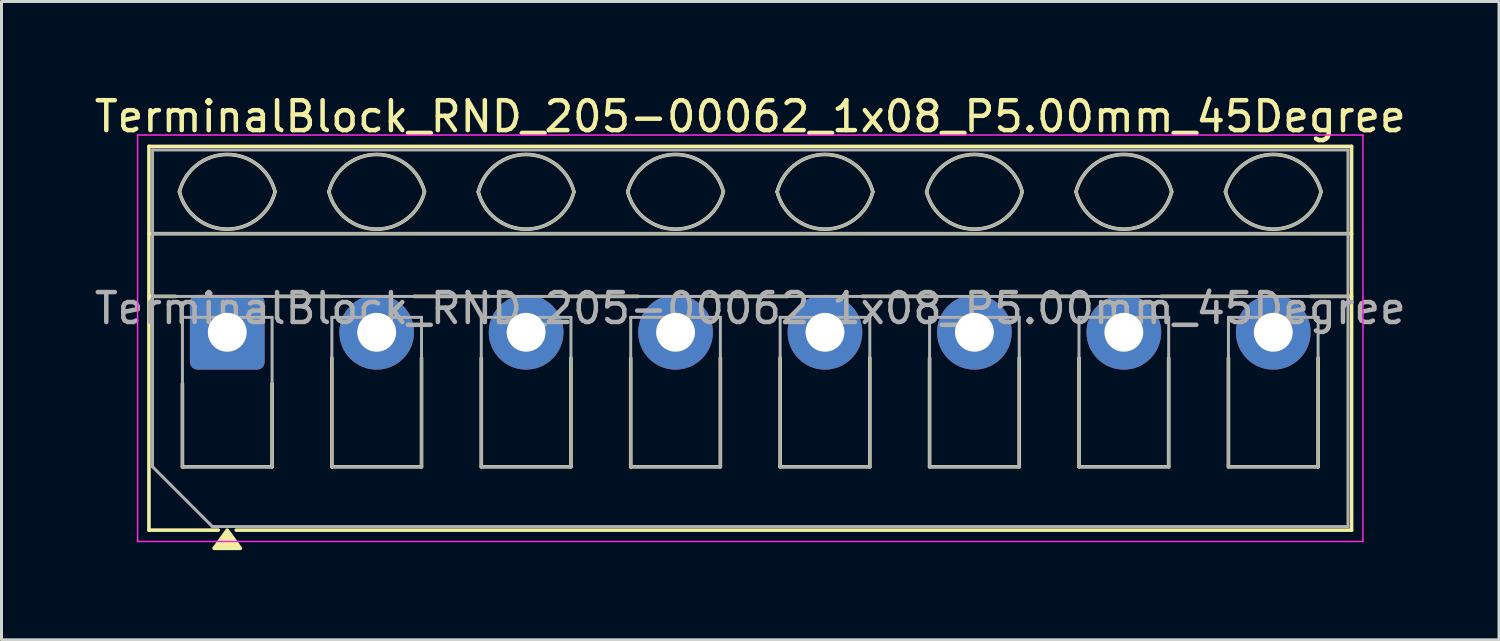
<source format=kicad_pcb>
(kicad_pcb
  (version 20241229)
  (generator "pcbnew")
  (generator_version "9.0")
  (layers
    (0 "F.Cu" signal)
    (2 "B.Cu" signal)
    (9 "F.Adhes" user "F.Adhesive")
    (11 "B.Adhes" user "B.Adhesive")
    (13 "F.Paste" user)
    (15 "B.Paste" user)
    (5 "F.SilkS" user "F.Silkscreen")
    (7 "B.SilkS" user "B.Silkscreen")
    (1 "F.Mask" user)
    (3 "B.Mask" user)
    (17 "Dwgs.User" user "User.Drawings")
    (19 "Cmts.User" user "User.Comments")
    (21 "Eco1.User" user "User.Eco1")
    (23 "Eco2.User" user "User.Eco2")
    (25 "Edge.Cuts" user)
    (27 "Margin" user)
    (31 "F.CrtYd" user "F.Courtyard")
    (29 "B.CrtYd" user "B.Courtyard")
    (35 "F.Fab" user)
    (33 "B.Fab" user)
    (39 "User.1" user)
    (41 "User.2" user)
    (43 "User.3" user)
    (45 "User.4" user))
  (footprint "TerminalBlock_RND_205-00062_1x08_P5.00mm_45Degree"
    (layer "F.Cu")
    (at 4.554 8.068)
    (property "Reference" "TerminalBlock_RND_205-00062_1x08_P5.00mm_45Degree" (at 17.5 -7.22 0) (layer "F.SilkS") (effects (font (size 1 1) (thickness 0.15))))
    (attr through_hole)
    (fp_line (start -2.62 -6.22) (end -2.62 6.62) (stroke (width 0.12) (type solid)) (layer "F.SilkS"))
    (fp_line (start -2.62 -6.22) (end 37.62 -6.22) (stroke (width 0.12) (type solid)) (layer "F.SilkS"))
    (fp_line (start -2.62 -3.3) (end 37.62 -3.3) (stroke (width 0.12) (type solid)) (layer "F.SilkS"))
    (fp_line (start -2.62 -1.2) (end -1.73 -1.2) (stroke (width 0.12) (type solid)) (layer "F.SilkS"))
    (fp_line (start -2.62 6.62) (end -0.3 6.62) (stroke (width 0.12) (type solid)) (layer "F.SilkS"))
    (fp_line (start -1.5 1.73) (end -1.5 4.5) (stroke (width 0.12) (type solid)) (layer "F.SilkS"))
    (fp_line (start -1.5 4.5) (end 1.5 4.5) (stroke (width 0.12) (type solid)) (layer "F.SilkS"))
    (fp_line (start 0.3 6.62) (end 37.62 6.62) (stroke (width 0.12) (type solid)) (layer "F.SilkS"))
    (fp_line (start 1.5 1.73) (end 1.5 4.5) (stroke (width 0.12) (type solid)) (layer "F.SilkS"))
    (fp_line (start 1.73 -1.2) (end 3.754 -1.2) (stroke (width 0.12) (type solid)) (layer "F.SilkS"))
    (fp_line (start 3.5 0.862) (end 3.5 4.5) (stroke (width 0.12) (type solid)) (layer "F.SilkS"))
    (fp_line (start 3.5 4.5) (end 6.5 4.5) (stroke (width 0.12) (type solid)) (layer "F.SilkS"))
    (fp_line (start 6.246 -1.2) (end 8.754 -1.2) (stroke (width 0.12) (type solid)) (layer "F.SilkS"))
    (fp_line (start 6.5 0.862) (end 6.5 4.5) (stroke (width 0.12) (type solid)) (layer "F.SilkS"))
    (fp_line (start 8.5 0.862) (end 8.5 4.5) (stroke (width 0.12) (type solid)) (layer "F.SilkS"))
    (fp_line (start 8.5 4.5) (end 11.5 4.5) (stroke (width 0.12) (type solid)) (layer "F.SilkS"))
    (fp_line (start 11.246 -1.2) (end 13.754 -1.2) (stroke (width 0.12) (type solid)) (layer "F.SilkS"))
    (fp_line (start 11.5 0.862) (end 11.5 4.5) (stroke (width 0.12) (type solid)) (layer "F.SilkS"))
    (fp_line (start 13.5 0.862) (end 13.5 4.5) (stroke (width 0.12) (type solid)) (layer "F.SilkS"))
    (fp_line (start 13.5 4.5) (end 16.5 4.5) (stroke (width 0.12) (type solid)) (layer "F.SilkS"))
    (fp_line (start 16.246 -1.2) (end 18.754 -1.2) (stroke (width 0.12) (type solid)) (layer "F.SilkS"))
    (fp_line (start 16.5 0.862) (end 16.5 4.5) (stroke (width 0.12) (type solid)) (layer "F.SilkS"))
    (fp_line (start 18.5 0.862) (end 18.5 4.5) (stroke (width 0.12) (type solid)) (layer "F.SilkS"))
    (fp_line (start 18.5 4.5) (end 21.5 4.5) (stroke (width 0.12) (type solid)) (layer "F.SilkS"))
    (fp_line (start 21.246 -1.2) (end 23.754 -1.2) (stroke (width 0.12) (type solid)) (layer "F.SilkS"))
    (fp_line (start 21.5 0.862) (end 21.5 4.5) (stroke (width 0.12) (type solid)) (layer "F.SilkS"))
    (fp_line (start 23.5 0.862) (end 23.5 4.5) (stroke (width 0.12) (type solid)) (layer "F.SilkS"))
    (fp_line (start 23.5 4.5) (end 26.5 4.5) (stroke (width 0.12) (type solid)) (layer "F.SilkS"))
    (fp_line (start 26.246 -1.2) (end 28.754 -1.2) (stroke (width 0.12) (type solid)) (layer "F.SilkS"))
    (fp_line (start 26.5 0.862) (end 26.5 4.5) (stroke (width 0.12) (type solid)) (layer "F.SilkS"))
    (fp_line (start 28.5 0.862) (end 28.5 4.5) (stroke (width 0.12) (type solid)) (layer "F.SilkS"))
    (fp_line (start 28.5 4.5) (end 31.5 4.5) (stroke (width 0.12) (type solid)) (layer "F.SilkS"))
    (fp_line (start 31.246 -1.2) (end 33.754 -1.2) (stroke (width 0.12) (type solid)) (layer "F.SilkS"))
    (fp_line (start 31.5 0.862) (end 31.5 4.5) (stroke (width 0.12) (type solid)) (layer "F.SilkS"))
    (fp_line (start 33.5 0.862) (end 33.5 4.5) (stroke (width 0.12) (type solid)) (layer "F.SilkS"))
    (fp_line (start 33.5 4.5) (end 36.5 4.5) (stroke (width 0.12) (type solid)) (layer "F.SilkS"))
    (fp_line (start 36.246 -1.2) (end 37.62 -1.2) (stroke (width 0.12) (type solid)) (layer "F.SilkS"))
    (fp_line (start 36.5 0.862) (end 36.5 4.5) (stroke (width 0.12) (type solid)) (layer "F.SilkS"))
    (fp_line (start 37.62 -6.22) (end 37.62 6.62) (stroke (width 0.12) (type solid)) (layer "F.SilkS"))
    (fp_arc (start -1.600031 -4.699875) (mid -0.000065 -5.95) (end 1.6 -4.7) (stroke (width 0.12) (type solid)) (layer "F.SilkS"))
    (fp_arc (start 1.6 -4.7) (mid -0.000065 -3.45) (end -1.600031 -4.700125) (stroke (width 0.12) (type solid)) (layer "F.SilkS"))
    (fp_arc (start 3.399969 -4.699875) (mid 4.999935 -5.95) (end 6.6 -4.7) (stroke (width 0.12) (type solid)) (layer "F.SilkS"))
    (fp_arc (start 6.6 -4.7) (mid 4.999935 -3.45) (end 3.399969 -4.700125) (stroke (width 0.12) (type solid)) (layer "F.SilkS"))
    (fp_arc (start 8.399969 -4.699875) (mid 9.999935 -5.95) (end 11.6 -4.7) (stroke (width 0.12) (type solid)) (layer "F.SilkS"))
    (fp_arc (start 11.6 -4.7) (mid 9.999935 -3.45) (end 8.399969 -4.700125) (stroke (width 0.12) (type solid)) (layer "F.SilkS"))
    (fp_arc (start 13.399969 -4.699875) (mid 14.999935 -5.95) (end 16.6 -4.7) (stroke (width 0.12) (type solid)) (layer "F.SilkS"))
    (fp_arc (start 16.6 -4.7) (mid 14.999935 -3.45) (end 13.399969 -4.700125) (stroke (width 0.12) (type solid)) (layer "F.SilkS"))
    (fp_arc (start 18.399969 -4.699875) (mid 19.999935 -5.95) (end 21.6 -4.7) (stroke (width 0.12) (type solid)) (layer "F.SilkS"))
    (fp_arc (start 21.6 -4.7) (mid 19.999935 -3.45) (end 18.399969 -4.700125) (stroke (width 0.12) (type solid)) (layer "F.SilkS"))
    (fp_arc (start 23.399969 -4.699875) (mid 24.999935 -5.95) (end 26.6 -4.7) (stroke (width 0.12) (type solid)) (layer "F.SilkS"))
    (fp_arc (start 26.6 -4.7) (mid 24.999935 -3.45) (end 23.399969 -4.700125) (stroke (width 0.12) (type solid)) (layer "F.SilkS"))
    (fp_arc (start 28.399969 -4.699875) (mid 29.999935 -5.95) (end 31.6 -4.7) (stroke (width 0.12) (type solid)) (layer "F.SilkS"))
    (fp_arc (start 31.6 -4.7) (mid 29.999935 -3.45) (end 28.399969 -4.700125) (stroke (width 0.12) (type solid)) (layer "F.SilkS"))
    (fp_arc (start 33.399969 -4.699875) (mid 34.999935 -5.95) (end 36.6 -4.7) (stroke (width 0.12) (type solid)) (layer "F.SilkS"))
    (fp_arc (start 36.6 -4.7) (mid 34.999935 -3.45) (end 33.399969 -4.700125) (stroke (width 0.12) (type solid)) (layer "F.SilkS"))
    (fp_poly (pts (xy 0 6.62) (xy 0.44 7.23) (xy -0.44 7.23)) (stroke (width 0.12) (type solid)) (fill yes) (layer "F.SilkS"))
    (fp_line (start -3 -6.6) (end -3 7) (stroke (width 0.05) (type solid)) (layer "F.CrtYd"))
    (fp_line (start -3 7) (end 38 7) (stroke (width 0.05) (type solid)) (layer "F.CrtYd"))
    (fp_line (start 38 -6.6) (end -3 -6.6) (stroke (width 0.05) (type solid)) (layer "F.CrtYd"))
    (fp_line (start 38 7) (end 38 -6.6) (stroke (width 0.05) (type solid)) (layer "F.CrtYd"))
    (fp_line (start -2.5 -6.1) (end 37.5 -6.1) (stroke (width 0.1) (type solid)) (layer "F.Fab"))
    (fp_line (start -2.5 -3.3) (end 37.5 -3.3) (stroke (width 0.1) (type solid)) (layer "F.Fab"))
    (fp_line (start -2.5 -1.2) (end 37.5 -1.2) (stroke (width 0.1) (type solid)) (layer "F.Fab"))
    (fp_line (start -2.5 4.5) (end -2.5 -6.1) (stroke (width 0.1) (type solid)) (layer "F.Fab"))
    (fp_line (start -1.5 -0.5) (end -1.5 4.5) (stroke (width 0.1) (type solid)) (layer "F.Fab"))
    (fp_line (start -1.5 4.5) (end 1.5 4.5) (stroke (width 0.1) (type solid)) (layer "F.Fab"))
    (fp_line (start -0.5 6.5) (end -2.5 4.5) (stroke (width 0.1) (type solid)) (layer "F.Fab"))
    (fp_line (start 1.5 -0.5) (end -1.5 -0.5) (stroke (width 0.1) (type solid)) (layer "F.Fab"))
    (fp_line (start 1.5 4.5) (end 1.5 -0.5) (stroke (width 0.1) (type solid)) (layer "F.Fab"))
    (fp_line (start 3.5 -0.5) (end 3.5 4.5) (stroke (width 0.1) (type solid)) (layer "F.Fab"))
    (fp_line (start 3.5 4.5) (end 6.5 4.5) (stroke (width 0.1) (type solid)) (layer "F.Fab"))
    (fp_line (start 6.5 -0.5) (end 3.5 -0.5) (stroke (width 0.1) (type solid)) (layer "F.Fab"))
    (fp_line (start 6.5 4.5) (end 6.5 -0.5) (stroke (width 0.1) (type solid)) (layer "F.Fab"))
    (fp_line (start 8.5 -0.5) (end 8.5 4.5) (stroke (width 0.1) (type solid)) (layer "F.Fab"))
    (fp_line (start 8.5 4.5) (end 11.5 4.5) (stroke (width 0.1) (type solid)) (layer "F.Fab"))
    (fp_line (start 11.5 -0.5) (end 8.5 -0.5) (stroke (width 0.1) (type solid)) (layer "F.Fab"))
    (fp_line (start 11.5 4.5) (end 11.5 -0.5) (stroke (width 0.1) (type solid)) (layer "F.Fab"))
    (fp_line (start 13.5 -0.5) (end 13.5 4.5) (stroke (width 0.1) (type solid)) (layer "F.Fab"))
    (fp_line (start 13.5 4.5) (end 16.5 4.5) (stroke (width 0.1) (type solid)) (layer "F.Fab"))
    (fp_line (start 16.5 -0.5) (end 13.5 -0.5) (stroke (width 0.1) (type solid)) (layer "F.Fab"))
    (fp_line (start 16.5 4.5) (end 16.5 -0.5) (stroke (width 0.1) (type solid)) (layer "F.Fab"))
    (fp_line (start 18.5 -0.5) (end 18.5 4.5) (stroke (width 0.1) (type solid)) (layer "F.Fab"))
    (fp_line (start 18.5 4.5) (end 21.5 4.5) (stroke (width 0.1) (type solid)) (layer "F.Fab"))
    (fp_line (start 21.5 -0.5) (end 18.5 -0.5) (stroke (width 0.1) (type solid)) (layer "F.Fab"))
    (fp_line (start 21.5 4.5) (end 21.5 -0.5) (stroke (width 0.1) (type solid)) (layer "F.Fab"))
    (fp_line (start 23.5 -0.5) (end 23.5 4.5) (stroke (width 0.1) (type solid)) (layer "F.Fab"))
    (fp_line (start 23.5 4.5) (end 26.5 4.5) (stroke (width 0.1) (type solid)) (layer "F.Fab"))
    (fp_line (start 26.5 -0.5) (end 23.5 -0.5) (stroke (width 0.1) (type solid)) (layer "F.Fab"))
    (fp_line (start 26.5 4.5) (end 26.5 -0.5) (stroke (width 0.1) (type solid)) (layer "F.Fab"))
    (fp_line (start 28.5 -0.5) (end 28.5 4.5) (stroke (width 0.1) (type solid)) (layer "F.Fab"))
    (fp_line (start 28.5 4.5) (end 31.5 4.5) (stroke (width 0.1) (type solid)) (layer "F.Fab"))
    (fp_line (start 31.5 -0.5) (end 28.5 -0.5) (stroke (width 0.1) (type solid)) (layer "F.Fab"))
    (fp_line (start 31.5 4.5) (end 31.5 -0.5) (stroke (width 0.1) (type solid)) (layer "F.Fab"))
    (fp_line (start 33.5 -0.5) (end 33.5 4.5) (stroke (width 0.1) (type solid)) (layer "F.Fab"))
    (fp_line (start 33.5 4.5) (end 36.5 4.5) (stroke (width 0.1) (type solid)) (layer "F.Fab"))
    (fp_line (start 36.5 -0.5) (end 33.5 -0.5) (stroke (width 0.1) (type solid)) (layer "F.Fab"))
    (fp_line (start 36.5 4.5) (end 36.5 -0.5) (stroke (width 0.1) (type solid)) (layer "F.Fab"))
    (fp_line (start 37.5 -6.1) (end 37.5 6.5) (stroke (width 0.1) (type solid)) (layer "F.Fab"))
    (fp_line (start 37.5 6.5) (end -0.5 6.5) (stroke (width 0.1) (type solid)) (layer "F.Fab"))
    (fp_arc (start -1.600914 -4.700344) (mid 0.000177 -5.95097) (end 1.601 -4.7) (stroke (width 0.1) (type solid)) (layer "F.Fab"))
    (fp_arc (start 1.6 -4.7) (mid -0.000065 -3.45) (end -1.600031 -4.700125) (stroke (width 0.1) (type solid)) (layer "F.Fab"))
    (fp_arc (start 3.399086 -4.700344) (mid 5.000177 -5.95097) (end 6.601 -4.7) (stroke (width 0.1) (type solid)) (layer "F.Fab"))
    (fp_arc (start 6.6 -4.7) (mid 4.999935 -3.45) (end 3.399969 -4.700125) (stroke (width 0.1) (type solid)) (layer "F.Fab"))
    (fp_arc (start 8.399086 -4.700344) (mid 10.000177 -5.95097) (end 11.601 -4.7) (stroke (width 0.1) (type solid)) (layer "F.Fab"))
    (fp_arc (start 11.6 -4.7) (mid 9.999935 -3.45) (end 8.399969 -4.700125) (stroke (width 0.1) (type solid)) (layer "F.Fab"))
    (fp_arc (start 13.399086 -4.700344) (mid 15.000177 -5.95097) (end 16.601 -4.7) (stroke (width 0.1) (type solid)) (layer "F.Fab"))
    (fp_arc (start 16.6 -4.7) (mid 14.999935 -3.45) (end 13.399969 -4.700125) (stroke (width 0.1) (type solid)) (layer "F.Fab"))
    (fp_arc (start 18.399086 -4.700344) (mid 20.000177 -5.95097) (end 21.601 -4.7) (stroke (width 0.1) (type solid)) (layer "F.Fab"))
    (fp_arc (start 21.6 -4.7) (mid 19.999935 -3.45) (end 18.399969 -4.700125) (stroke (width 0.1) (type solid)) (layer "F.Fab"))
    (fp_arc (start 23.399086 -4.700344) (mid 25.000177 -5.95097) (end 26.601 -4.7) (stroke (width 0.1) (type solid)) (layer "F.Fab"))
    (fp_arc (start 26.6 -4.7) (mid 24.999935 -3.45) (end 23.399969 -4.700125) (stroke (width 0.1) (type solid)) (layer "F.Fab"))
    (fp_arc (start 28.399086 -4.700344) (mid 30.000177 -5.95097) (end 31.601 -4.7) (stroke (width 0.1) (type solid)) (layer "F.Fab"))
    (fp_arc (start 31.6 -4.7) (mid 29.999935 -3.45) (end 28.399969 -4.700125) (stroke (width 0.1) (type solid)) (layer "F.Fab"))
    (fp_arc (start 33.399086 -4.700344) (mid 35.000177 -5.95097) (end 36.601 -4.7) (stroke (width 0.1) (type solid)) (layer "F.Fab"))
    (fp_arc (start 36.6 -4.7) (mid 34.999935 -3.45) (end 33.399969 -4.700125) (stroke (width 0.1) (type solid)) (layer "F.Fab"))
    (fp_text user "${REFERENCE}" (at 17.5 -0.8 0) (layer "F.Fab") (effects (font (size 1 1) (thickness 0.15))))
    (pad "1" thru_hole roundrect (at 0 0) (size 2.5 2.5) (drill 1.3) (layers "*.Cu" "*.Mask") (roundrect_rratio 0.1))
    (pad "2" thru_hole circle (at 5 0) (size 2.5 2.5) (drill 1.3) (layers "*.Cu" "*.Mask"))
    (pad "3" thru_hole circle (at 10 0) (size 2.5 2.5) (drill 1.3) (layers "*.Cu" "*.Mask"))
    (pad "4" thru_hole circle (at 15 0) (size 2.5 2.5) (drill 1.3) (layers "*.Cu" "*.Mask"))
    (pad "5" thru_hole circle (at 20 0) (size 2.5 2.5) (drill 1.3) (layers "*.Cu" "*.Mask"))
    (pad "6" thru_hole circle (at 25 0) (size 2.5 2.5) (drill 1.3) (layers "*.Cu" "*.Mask"))
    (pad "7" thru_hole circle (at 30 0) (size 2.5 2.5) (drill 1.3) (layers "*.Cu" "*.Mask"))
    (pad "8" thru_hole circle (at 35 0) (size 2.5 2.5) (drill 1.3) (layers "*.Cu" "*.Mask")))
  (gr_rect
    (start -3 -3)
    (end 47.107 18.358)
    (stroke (width 0.1) (type default))
    (fill no)
    (layer "Edge.Cuts")))
</source>
